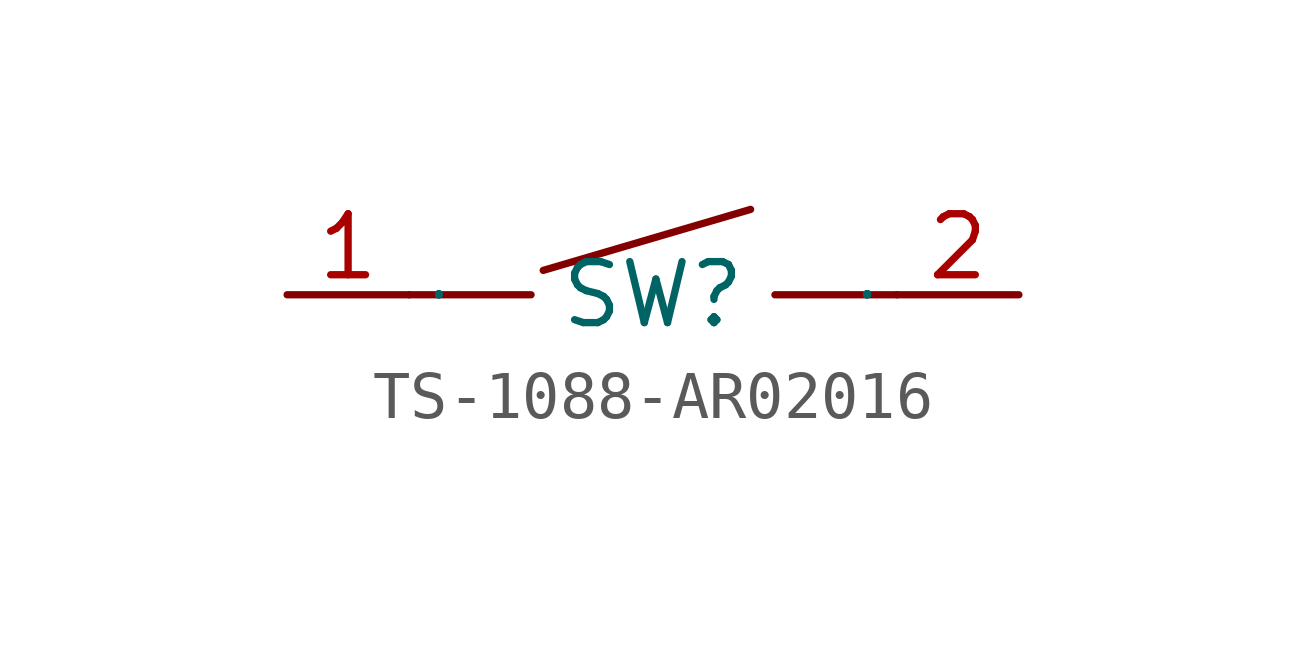
<source format=kicad_sym>
(kicad_symbol_lib
  (version 20241209)
  (generator "kicad_symbol_editor")
  (generator_version "9.0")
  (symbol "TS-1088-AR02016"
    (property "Reference" "SW"
      (at 0 0 0)
      (effects (font (size 1.27 1.27))))
    (property "Value" ""
      (at 0 0 0)
      (effects (font (size 1.27 1.27))))
    (symbol "TS-1088-AR02016_1_0"
      (polyline (pts (xy -5.08 0) (xy -2.54 0)) (stroke (width 0) (type default)) (fill (type none)))
      (polyline (pts (xy -2.286 0.508) (xy 2.032 1.778)) (stroke (width 0) (type default)) (fill (type none)))
      (polyline (pts (xy 5.08 0) (xy 2.54 0)) (stroke (width 0) (type default)) (fill (type none)))
      (pin unspecified line (at -7.62 0 0) (length 2.54) (name "1" (effects (font (size 0.025 0.025)))) (number "1" (effects (font (size 1.27 1.27)))))
      (pin unspecified line (at 7.62 0 180) (length 2.54) (name "2" (effects (font (size 0.025 0.025)))) (number "2" (effects (font (size 1.27 1.27))))))))
</source>
